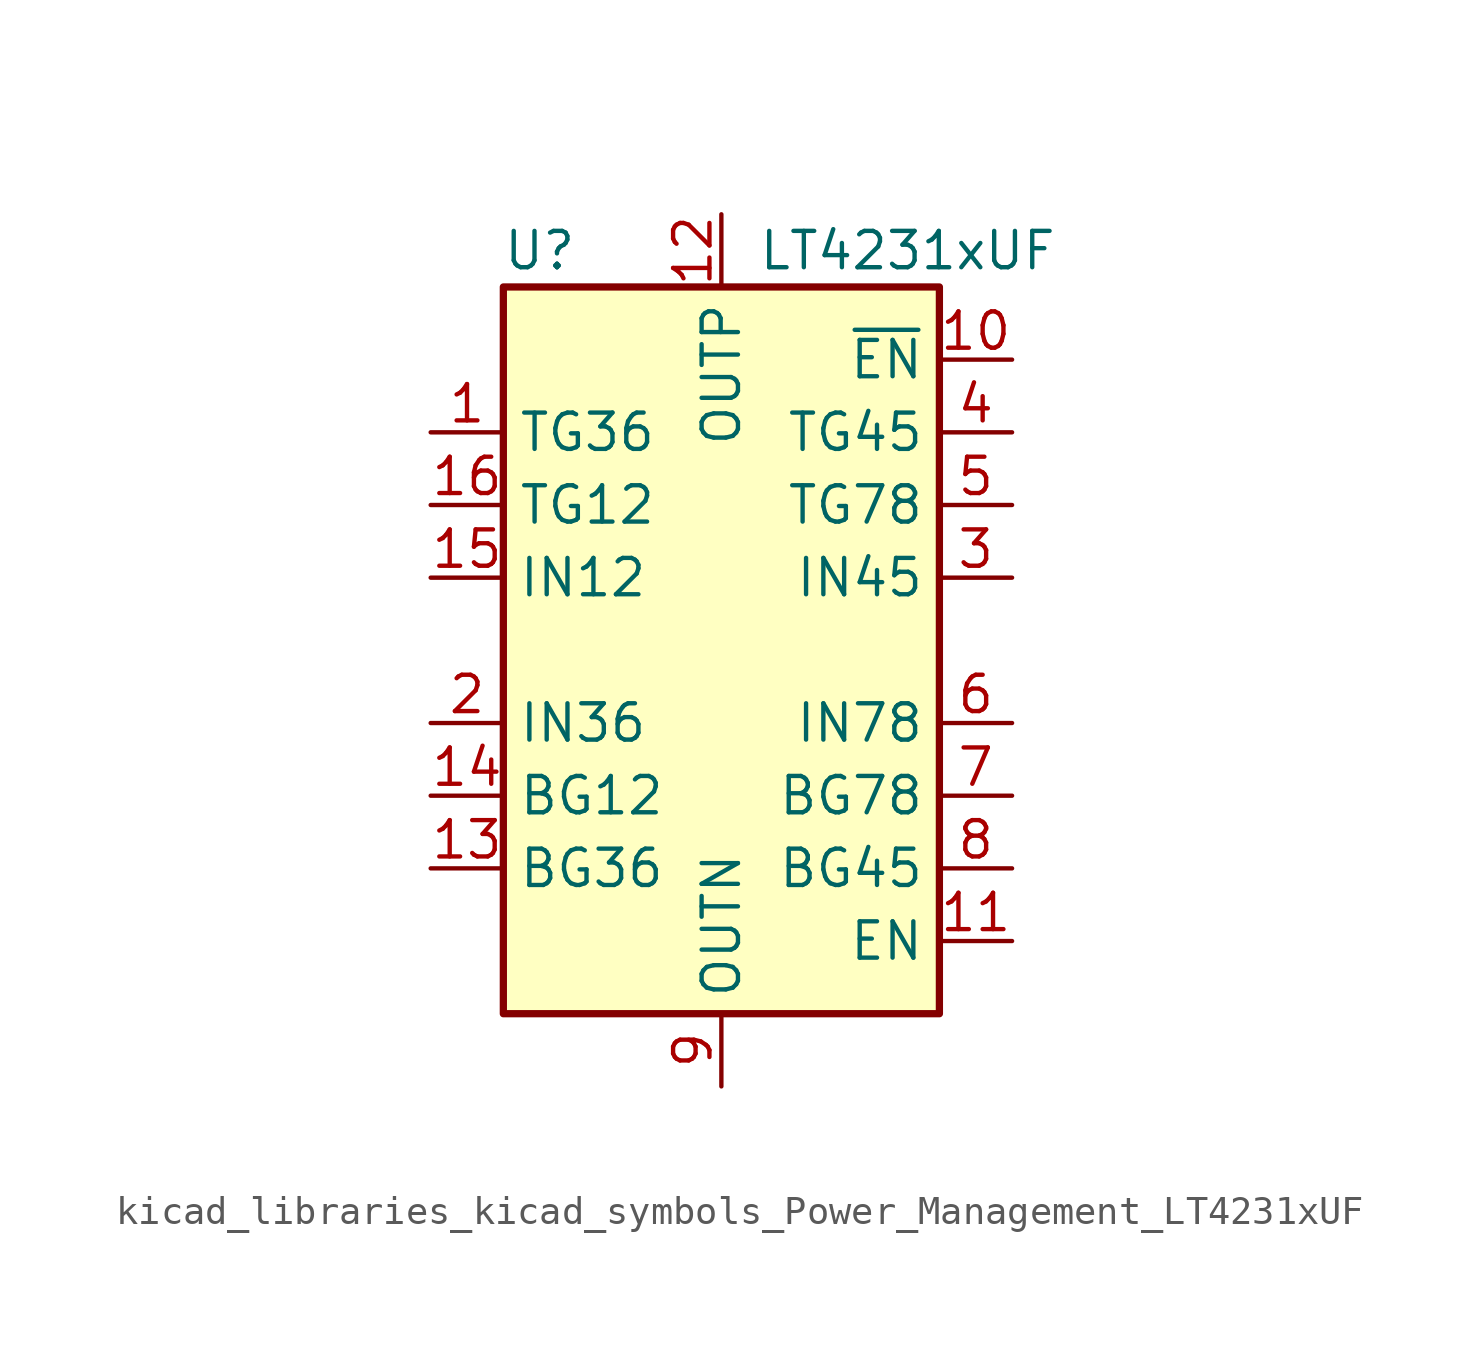
<source format=kicad_sym>
(kicad_symbol_lib
  (version 20220914)
  (generator kicad_symbol_editor)
  (symbol "kicad_libraries_kicad_symbols_Power_Management_LT4231xUF"
    (property "Reference" "U"
      (at -6.35 13.97 0)
      (effects (font (size 1.27 1.27))))
    (property "Value" "LT4231xUF"
      (at 1.27 13.97 0)
      (effects (font (size 1.27 1.27)) (justify left)))
    (symbol "kicad_libraries_kicad_symbols_Power_Management_LT4231xUF_0_1"
      (rectangle (start -7.62 12.7) (end 7.62 -12.7) (stroke (width 0.254) (type default)) (fill (type background))))
    (symbol "kicad_libraries_kicad_symbols_Power_Management_LT4231xUF_1_1"
      (pin output line (at -10.16 7.62 0) (length 2.54) (name "TG36" (effects (font (size 1.27 1.27)))) (number "1" (effects (font (size 1.27 1.27)))))
      (pin output line (at 10.16 10.16 180) (length 2.54) (name "~{EN}" (effects (font (size 1.27 1.27)))) (number "10" (effects (font (size 1.27 1.27)))))
      (pin output line (at 10.16 -10.16 180) (length 2.54) (name "EN" (effects (font (size 1.27 1.27)))) (number "11" (effects (font (size 1.27 1.27)))))
      (pin power_in line (at 0 15.24 270) (length 2.54) (name "OUTP" (effects (font (size 1.27 1.27)))) (number "12" (effects (font (size 1.27 1.27)))))
      (pin output line (at -10.16 -7.62 0) (length 2.54) (name "BG36" (effects (font (size 1.27 1.27)))) (number "13" (effects (font (size 1.27 1.27)))))
      (pin output line (at -10.16 -5.08 0) (length 2.54) (name "BG12" (effects (font (size 1.27 1.27)))) (number "14" (effects (font (size 1.27 1.27)))))
      (pin power_in line (at -10.16 2.54 0) (length 2.54) (name "IN12" (effects (font (size 1.27 1.27)))) (number "15" (effects (font (size 1.27 1.27)))))
      (pin output line (at -10.16 5.08 0) (length 2.54) (name "TG12" (effects (font (size 1.27 1.27)))) (number "16" (effects (font (size 1.27 1.27)))))
      (pin passive line (at 0 -15.24 90) (length 2.54) hide (name "OUTN" (effects (font (size 1.27 1.27)))) (number "17" (effects (font (size 1.27 1.27)))))
      (pin power_in line (at -10.16 -2.54 0) (length 2.54) (name "IN36" (effects (font (size 1.27 1.27)))) (number "2" (effects (font (size 1.27 1.27)))))
      (pin power_in line (at 10.16 2.54 180) (length 2.54) (name "IN45" (effects (font (size 1.27 1.27)))) (number "3" (effects (font (size 1.27 1.27)))))
      (pin output line (at 10.16 7.62 180) (length 2.54) (name "TG45" (effects (font (size 1.27 1.27)))) (number "4" (effects (font (size 1.27 1.27)))))
      (pin output line (at 10.16 5.08 180) (length 2.54) (name "TG78" (effects (font (size 1.27 1.27)))) (number "5" (effects (font (size 1.27 1.27)))))
      (pin power_in line (at 10.16 -2.54 180) (length 2.54) (name "IN78" (effects (font (size 1.27 1.27)))) (number "6" (effects (font (size 1.27 1.27)))))
      (pin output line (at 10.16 -5.08 180) (length 2.54) (name "BG78" (effects (font (size 1.27 1.27)))) (number "7" (effects (font (size 1.27 1.27)))))
      (pin output line (at 10.16 -7.62 180) (length 2.54) (name "BG45" (effects (font (size 1.27 1.27)))) (number "8" (effects (font (size 1.27 1.27)))))
      (pin power_in line (at 0 -15.24 90) (length 2.54) (name "OUTN" (effects (font (size 1.27 1.27)))) (number "9" (effects (font (size 1.27 1.27))))))))
</source>
